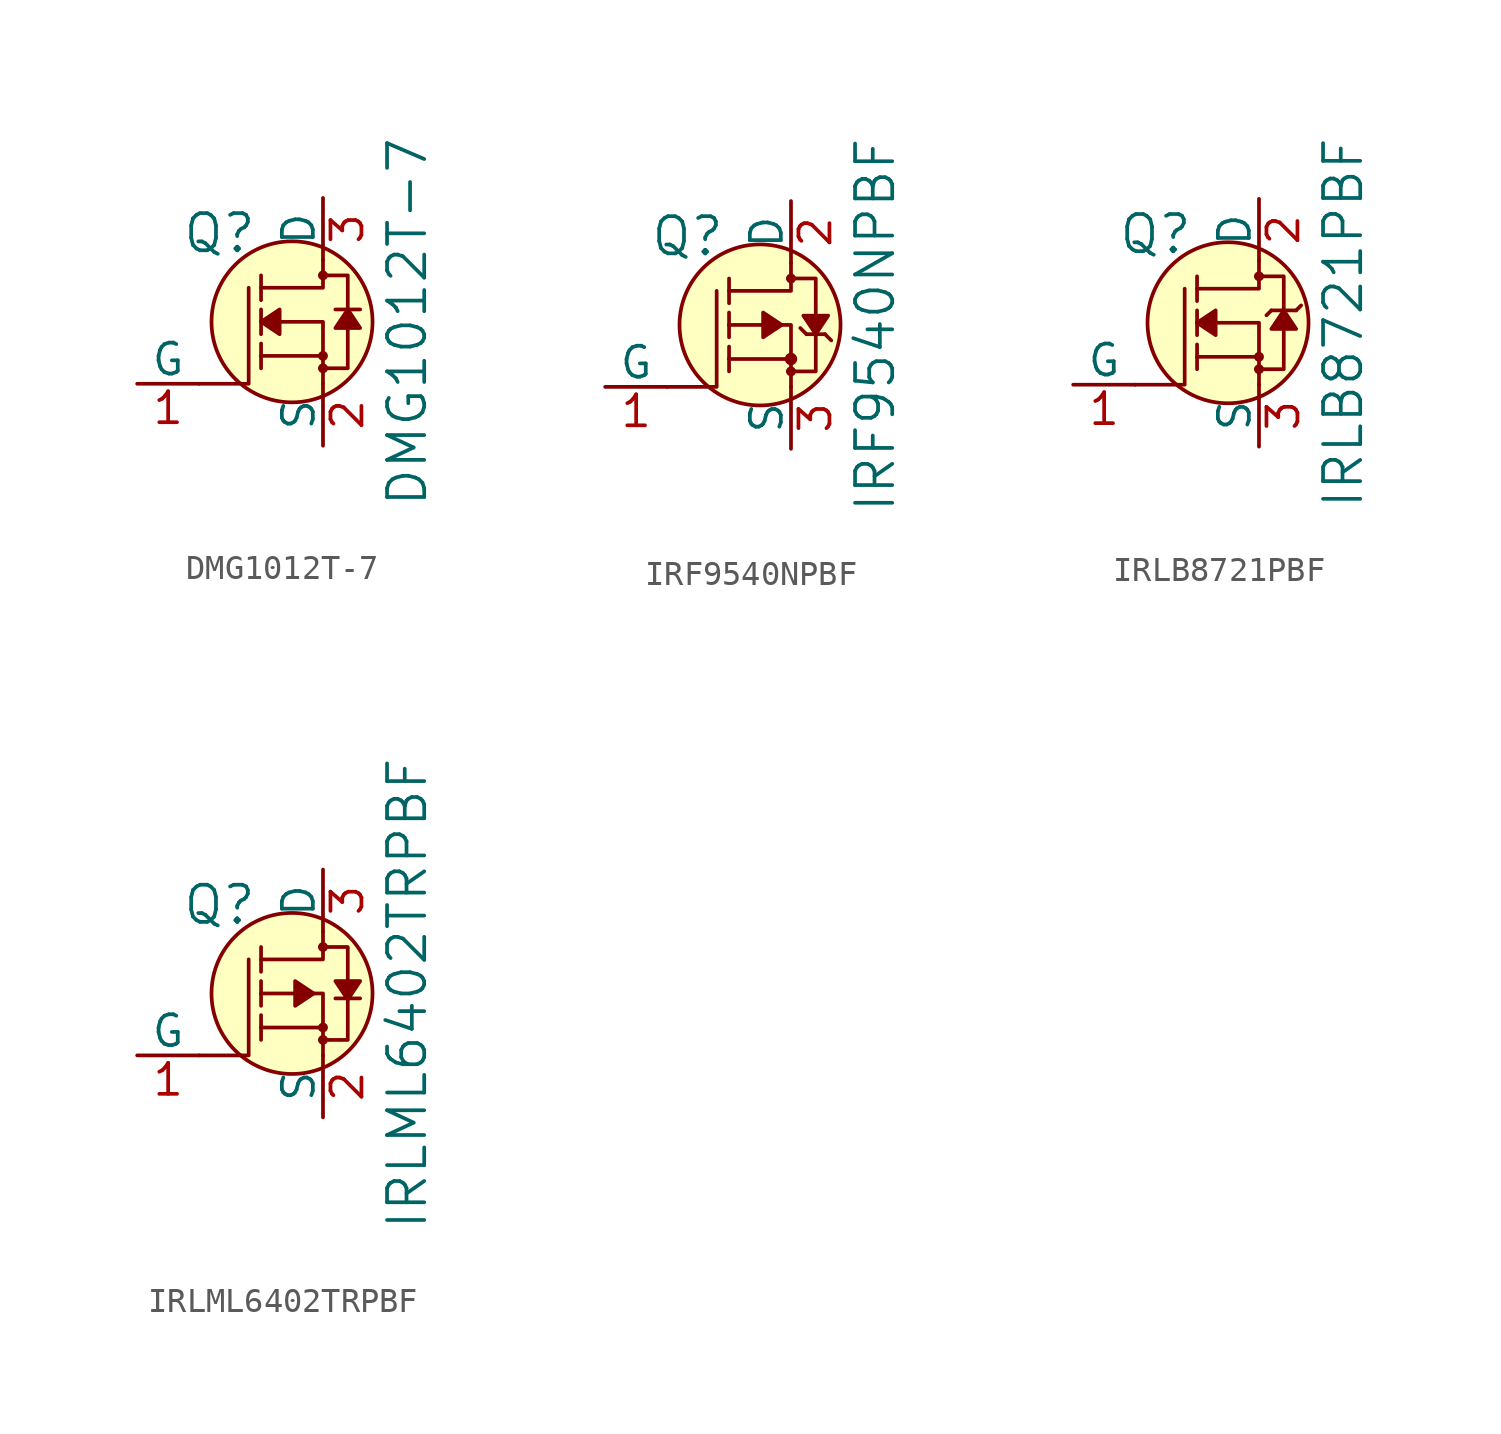
<source format=kicad_sym>
(kicad_symbol_lib
  (version 20231120)
  (generator "kicad_symbol_editor")
  (generator_version "8.0")
  (symbol "DMG1012T-7"
    (pin_names
      (offset 0))
    (property "Reference" "Q"
      (at -2.692 3.632 0)
      (effects (font (size 1.524 1.524)) (justify right)))
    (property "Value" "DMG1012T-7"
      (at 3.454 0 90)
      (effects (font (size 1.524 1.524))))
    (symbol "DMG1012T-7_0_1"
      (circle (center -1.27 0) (radius 3.302) (stroke (width 0) (type default)) (fill (type background)))
      (circle (center 0 -1.905) (radius 0.127) (stroke (width 0) (type default)) (fill (type none)))
      (circle (center 0 -1.397) (radius 0.127) (stroke (width 0) (type default)) (fill (type none)))
      (polyline (pts (xy 0 -1.397) (xy -2.54 -1.397)) (stroke (width 0) (type default)) (fill (type none)))
      (polyline (pts (xy -5.08 -2.54) (xy -3.048 -2.54) (xy -3.048 1.397)) (stroke (width 0) (type default)) (fill (type none)))
      (polyline (pts (xy 0 -2.54) (xy 0 0) (xy -2.54 0)) (stroke (width 0) (type default)) (fill (type none)))
      (polyline (pts (xy 0 2.54) (xy 0 1.397) (xy -2.54 1.397)) (stroke (width 0) (type default)) (fill (type none)))
      (polyline (pts (xy -0.127 -1.905) (xy 1.016 -1.905) (xy 1.016 1.397) (xy 1.016 1.905) (xy -0.127 1.905)) (stroke (width 0) (type default)) (fill (type none)))
      (circle (center 0 1.905) (radius 0.127) (stroke (width 0) (type default)) (fill (type none))))
    (symbol "DMG1012T-7_1_1"
      (polyline (pts (xy -2.54 -1.397) (xy -2.54 -1.905)) (stroke (width 0) (type default)) (fill (type none)))
      (polyline (pts (xy -2.54 -1.397) (xy -2.54 -0.889)) (stroke (width 0) (type default)) (fill (type none)))
      (polyline (pts (xy -2.54 0) (xy -2.54 -0.508)) (stroke (width 0) (type default)) (fill (type none)))
      (polyline (pts (xy -2.54 0) (xy -2.54 0.508)) (stroke (width 0) (type default)) (fill (type none)))
      (polyline (pts (xy -2.54 1.905) (xy -2.54 0.889)) (stroke (width 0) (type default)) (fill (type none)))
      (polyline (pts (xy 1.524 0.508) (xy 0.508 0.508)) (stroke (width 0) (type default)) (fill (type none)))
      (polyline (pts (xy -2.54 0) (xy -1.778 0.508) (xy -1.778 -0.508) (xy -2.54 0)) (stroke (width 0) (type default)) (fill (type outline)))
      (polyline (pts (xy 1.016 0.508) (xy 0.508 -0.254) (xy 1.524 -0.254) (xy 1.016 0.508)) (stroke (width 0) (type default)) (fill (type outline)))
      (pin bidirectional line (at -7.62 -2.54 0) (length 2.54) (name "G" (effects (font (size 1.27 1.27)))) (number "1" (effects (font (size 1.27 1.27)))))
      (pin bidirectional line (at 0 -5.08 90) (length 2.54) (name "S" (effects (font (size 1.27 1.27)))) (number "2" (effects (font (size 1.27 1.27)))))
      (pin bidirectional line (at 0 5.08 270) (length 2.54) (name "D" (effects (font (size 1.27 1.27)))) (number "3" (effects (font (size 1.27 1.27)))))))
  (symbol "IRF9540NPBF"
    (pin_names
      (offset 0))
    (property "Reference" "Q"
      (at -2.692 3.632 0)
      (effects (font (size 1.524 1.524)) (justify right)))
    (property "Value" "IRF9540NPBF"
      (at 3.454 0 90)
      (effects (font (size 1.524 1.524))))
    (symbol "IRF9540NPBF_0_1"
      (circle (center -1.27 0) (radius 3.302) (stroke (width 0) (type default)) (fill (type background)))
      (circle (center 0 -1.905) (radius 0.127) (stroke (width 0) (type default)) (fill (type none)))
      (circle (center 0 -1.397) (radius 0.178) (stroke (width 0) (type default)) (fill (type outline)))
      (polyline (pts (xy 0 -1.397) (xy -2.54 -1.397)) (stroke (width 0) (type default)) (fill (type none)))
      (polyline (pts (xy 0.635 -0.381) (xy 0.381 -0.127)) (stroke (width 0) (type default)) (fill (type none)))
      (polyline (pts (xy 1.397 -0.381) (xy 1.651 -0.635)) (stroke (width 0) (type default)) (fill (type none)))
      (polyline (pts (xy -5.08 -2.54) (xy -3.048 -2.54) (xy -3.048 1.397)) (stroke (width 0) (type default)) (fill (type none)))
      (polyline (pts (xy 0 -2.54) (xy 0 0) (xy -2.54 0)) (stroke (width 0) (type default)) (fill (type none)))
      (polyline (pts (xy 0 2.54) (xy 0 1.397) (xy -2.54 1.397)) (stroke (width 0) (type default)) (fill (type none)))
      (polyline (pts (xy -0.127 -1.905) (xy 1.016 -1.905) (xy 1.016 1.397) (xy 1.016 1.905) (xy -0.127 1.905)) (stroke (width 0) (type default)) (fill (type none)))
      (circle (center 0 1.905) (radius 0.127) (stroke (width 0) (type default)) (fill (type none))))
    (symbol "IRF9540NPBF_1_1"
      (polyline (pts (xy -2.54 -1.397) (xy -2.54 -1.905)) (stroke (width 0) (type default)) (fill (type none)))
      (polyline (pts (xy -2.54 -1.397) (xy -2.54 -0.889)) (stroke (width 0) (type default)) (fill (type none)))
      (polyline (pts (xy -2.54 0) (xy -2.54 -0.508)) (stroke (width 0) (type default)) (fill (type none)))
      (polyline (pts (xy -2.54 0) (xy -2.54 0.508)) (stroke (width 0) (type default)) (fill (type none)))
      (polyline (pts (xy -2.54 1.905) (xy -2.54 0.889)) (stroke (width 0) (type default)) (fill (type none)))
      (polyline (pts (xy 1.397 -0.381) (xy 0.635 -0.381)) (stroke (width 0) (type default)) (fill (type none)))
      (polyline (pts (xy -0.381 0) (xy -1.143 0.508) (xy -1.143 -0.508) (xy -0.381 0)) (stroke (width 0) (type default)) (fill (type outline)))
      (polyline (pts (xy 1.016 -0.381) (xy 1.524 0.381) (xy 0.508 0.381) (xy 1.016 -0.381)) (stroke (width 0) (type default)) (fill (type outline)))
      (pin bidirectional line (at -7.62 -2.54 0) (length 2.54) (name "G" (effects (font (size 1.27 1.27)))) (number "1" (effects (font (size 1.27 1.27)))))
      (pin bidirectional line (at 0 5.08 270) (length 2.54) (name "D" (effects (font (size 1.27 1.27)))) (number "2" (effects (font (size 1.27 1.27)))))
      (pin bidirectional line (at 0 -5.08 90) (length 2.54) (name "S" (effects (font (size 1.27 1.27)))) (number "3" (effects (font (size 1.27 1.27)))))))
  (symbol "IRLB8721PBF"
    (pin_names
      (offset 0))
    (property "Reference" "Q"
      (at -2.692 3.632 0)
      (effects (font (size 1.524 1.524)) (justify right)))
    (property "Value" "IRLB8721PBF"
      (at 3.454 0 90)
      (effects (font (size 1.524 1.524))))
    (symbol "IRLB8721PBF_0_1"
      (circle (center -1.27 0) (radius 3.302) (stroke (width 0) (type default)) (fill (type background)))
      (circle (center 0 -1.905) (radius 0.127) (stroke (width 0) (type default)) (fill (type none)))
      (circle (center 0 -1.397) (radius 0.127) (stroke (width 0) (type default)) (fill (type none)))
      (polyline (pts (xy 0 -1.397) (xy -2.54 -1.397)) (stroke (width 0) (type default)) (fill (type none)))
      (polyline (pts (xy 0.508 0.508) (xy 0.305 0.305)) (stroke (width 0) (type default)) (fill (type none)))
      (polyline (pts (xy 1.524 0.508) (xy 1.727 0.711)) (stroke (width 0) (type default)) (fill (type none)))
      (polyline (pts (xy -5.08 -2.54) (xy -3.048 -2.54) (xy -3.048 1.397)) (stroke (width 0) (type default)) (fill (type none)))
      (polyline (pts (xy 0 -2.54) (xy 0 0) (xy -2.54 0)) (stroke (width 0) (type default)) (fill (type none)))
      (polyline (pts (xy 0 2.54) (xy 0 1.397) (xy -2.54 1.397)) (stroke (width 0) (type default)) (fill (type none)))
      (polyline (pts (xy -0.127 -1.905) (xy 1.016 -1.905) (xy 1.016 1.397) (xy 1.016 1.905) (xy -0.127 1.905)) (stroke (width 0) (type default)) (fill (type none)))
      (circle (center 0 1.905) (radius 0.127) (stroke (width 0) (type default)) (fill (type none))))
    (symbol "IRLB8721PBF_1_1"
      (polyline (pts (xy -2.54 -1.397) (xy -2.54 -1.905)) (stroke (width 0) (type default)) (fill (type none)))
      (polyline (pts (xy -2.54 -1.397) (xy -2.54 -0.889)) (stroke (width 0) (type default)) (fill (type none)))
      (polyline (pts (xy -2.54 0) (xy -2.54 -0.508)) (stroke (width 0) (type default)) (fill (type none)))
      (polyline (pts (xy -2.54 0) (xy -2.54 0.508)) (stroke (width 0) (type default)) (fill (type none)))
      (polyline (pts (xy -2.54 1.905) (xy -2.54 0.889)) (stroke (width 0) (type default)) (fill (type none)))
      (polyline (pts (xy 1.524 0.508) (xy 0.508 0.508)) (stroke (width 0) (type default)) (fill (type none)))
      (polyline (pts (xy -2.54 0) (xy -1.778 0.508) (xy -1.778 -0.508) (xy -2.54 0)) (stroke (width 0) (type default)) (fill (type outline)))
      (polyline (pts (xy 1.016 0.508) (xy 0.508 -0.254) (xy 1.524 -0.254) (xy 1.016 0.508)) (stroke (width 0) (type default)) (fill (type outline)))
      (pin bidirectional line (at -7.62 -2.54 0) (length 2.54) (name "G" (effects (font (size 1.27 1.27)))) (number "1" (effects (font (size 1.27 1.27)))))
      (pin bidirectional line (at 0 5.08 270) (length 2.54) (name "D" (effects (font (size 1.27 1.27)))) (number "2" (effects (font (size 1.27 1.27)))))
      (pin bidirectional line (at 0 -5.08 90) (length 2.54) (name "S" (effects (font (size 1.27 1.27)))) (number "3" (effects (font (size 1.27 1.27)))))))
  (symbol "IRLML6402TRPBF"
    (pin_names
      (offset 0))
    (property "Reference" "Q"
      (at -2.692 3.632 0)
      (effects (font (size 1.524 1.524)) (justify right)))
    (property "Value" "IRLML6402TRPBF"
      (at 3.454 0 90)
      (effects (font (size 1.524 1.524))))
    (symbol "IRLML6402TRPBF_0_1"
      (circle (center -1.27 0) (radius 3.302) (stroke (width 0) (type default)) (fill (type background)))
      (circle (center 0 -1.905) (radius 0.127) (stroke (width 0) (type default)) (fill (type none)))
      (circle (center 0 -1.397) (radius 0.127) (stroke (width 0) (type default)) (fill (type none)))
      (polyline (pts (xy 0 -1.397) (xy -2.54 -1.397)) (stroke (width 0) (type default)) (fill (type none)))
      (polyline (pts (xy -5.08 -2.54) (xy -3.048 -2.54) (xy -3.048 1.397)) (stroke (width 0) (type default)) (fill (type none)))
      (polyline (pts (xy 0 -2.54) (xy 0 0) (xy -2.54 0)) (stroke (width 0) (type default)) (fill (type none)))
      (polyline (pts (xy 0 2.54) (xy 0 1.397) (xy -2.54 1.397)) (stroke (width 0) (type default)) (fill (type none)))
      (polyline (pts (xy -0.127 -1.905) (xy 1.016 -1.905) (xy 1.016 1.397) (xy 1.016 1.905) (xy -0.127 1.905)) (stroke (width 0) (type default)) (fill (type none)))
      (circle (center 0 1.905) (radius 0.127) (stroke (width 0) (type default)) (fill (type none))))
    (symbol "IRLML6402TRPBF_1_1"
      (polyline (pts (xy -2.54 -1.397) (xy -2.54 -1.905)) (stroke (width 0) (type default)) (fill (type none)))
      (polyline (pts (xy -2.54 -1.397) (xy -2.54 -0.889)) (stroke (width 0) (type default)) (fill (type none)))
      (polyline (pts (xy -2.54 0) (xy -2.54 -0.508)) (stroke (width 0) (type default)) (fill (type none)))
      (polyline (pts (xy -2.54 0) (xy -2.54 0.508)) (stroke (width 0) (type default)) (fill (type none)))
      (polyline (pts (xy -2.54 1.905) (xy -2.54 0.889)) (stroke (width 0) (type default)) (fill (type none)))
      (polyline (pts (xy 1.524 -0.203) (xy 0.508 -0.203)) (stroke (width 0) (type default)) (fill (type none)))
      (polyline (pts (xy -0.381 0) (xy -1.143 0.508) (xy -1.143 -0.508) (xy -0.381 0)) (stroke (width 0) (type default)) (fill (type outline)))
      (polyline (pts (xy 1.016 -0.254) (xy 1.524 0.508) (xy 0.508 0.508) (xy 1.016 -0.254)) (stroke (width 0) (type default)) (fill (type outline)))
      (pin bidirectional line (at -7.62 -2.54 0) (length 2.54) (name "G" (effects (font (size 1.27 1.27)))) (number "1" (effects (font (size 1.27 1.27)))))
      (pin bidirectional line (at 0 -5.08 90) (length 2.54) (name "S" (effects (font (size 1.27 1.27)))) (number "2" (effects (font (size 1.27 1.27)))))
      (pin bidirectional line (at 0 5.08 270) (length 2.54) (name "D" (effects (font (size 1.27 1.27)))) (number "3" (effects (font (size 1.27 1.27))))))))
</source>
